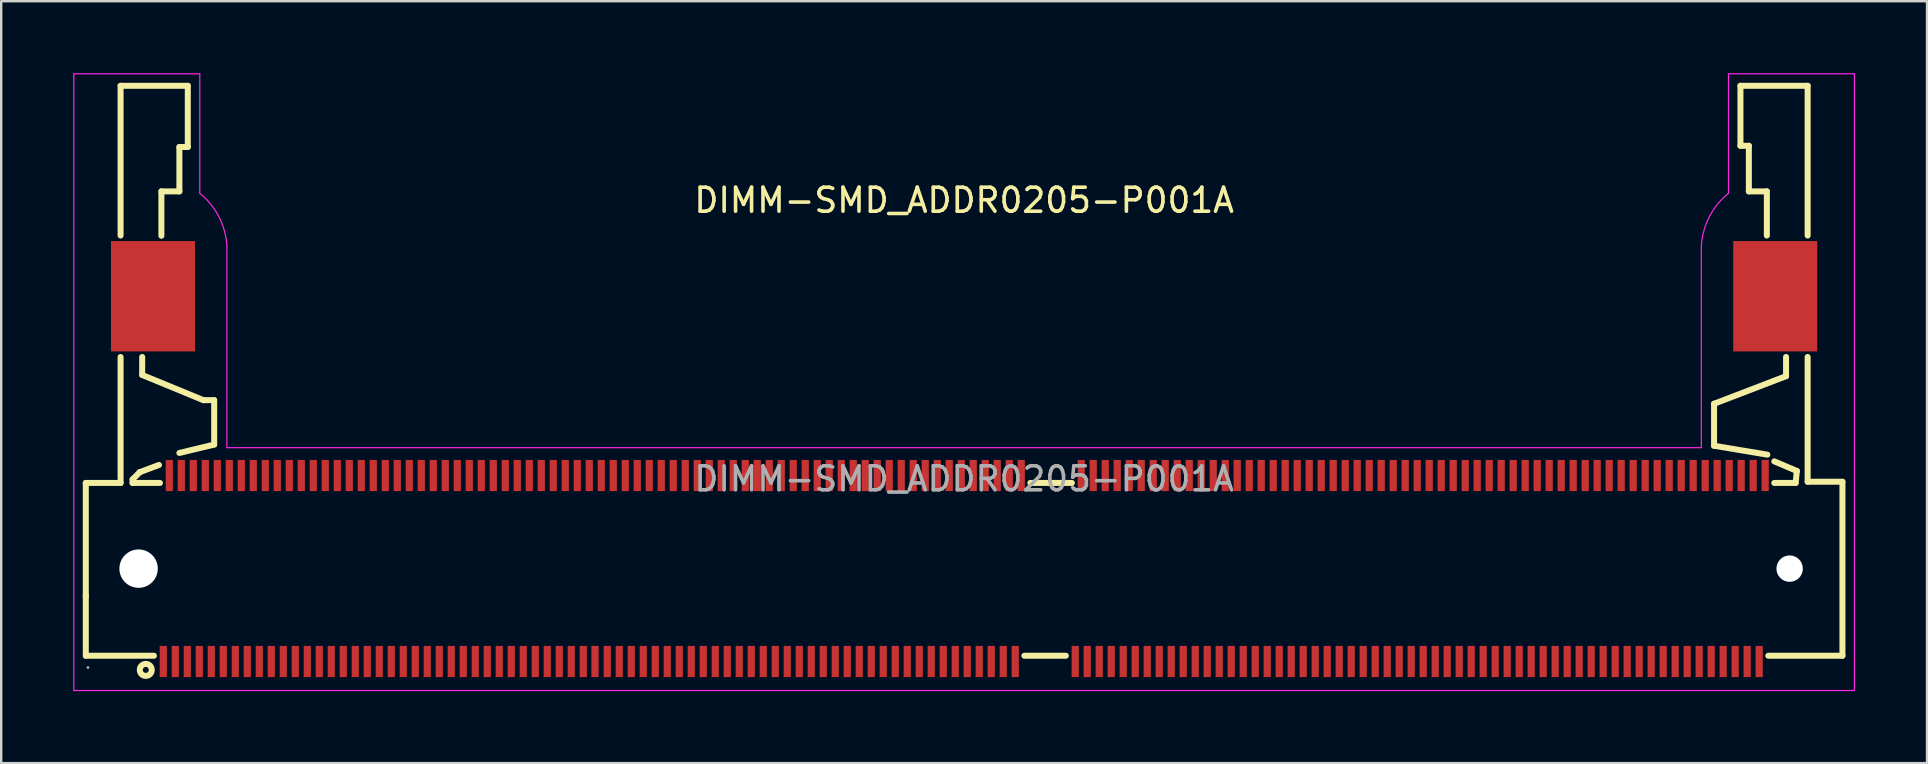
<source format=kicad_pcb>
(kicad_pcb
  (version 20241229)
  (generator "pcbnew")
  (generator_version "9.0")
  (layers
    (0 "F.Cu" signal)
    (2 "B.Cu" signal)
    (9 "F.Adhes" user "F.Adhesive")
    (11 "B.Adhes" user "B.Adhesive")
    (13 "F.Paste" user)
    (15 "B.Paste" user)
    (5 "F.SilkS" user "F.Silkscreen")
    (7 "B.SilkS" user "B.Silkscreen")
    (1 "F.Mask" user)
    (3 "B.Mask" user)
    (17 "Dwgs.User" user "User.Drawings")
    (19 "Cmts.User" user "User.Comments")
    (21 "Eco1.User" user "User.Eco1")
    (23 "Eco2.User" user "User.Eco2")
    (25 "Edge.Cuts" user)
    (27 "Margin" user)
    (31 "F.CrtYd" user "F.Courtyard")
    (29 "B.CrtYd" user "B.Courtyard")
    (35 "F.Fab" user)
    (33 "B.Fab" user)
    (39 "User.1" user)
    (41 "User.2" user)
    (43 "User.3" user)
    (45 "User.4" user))
  (footprint "DIMM-SMD_ADDR0205-P001A"
    (layer "F.Cu")
    (at 37.125 16.905)
    (property "Reference" "DIMM-SMD_ADDR0205-P001A" (at 0 -11.61 0) (layer "F.SilkS") (effects (font (size 1 1) (thickness 0.15))))
    (attr smd)
    (fp_line (start -36.6 0.17) (end -36.6 4.92) (stroke (width 0.25) (type solid)) (layer "F.SilkS"))
    (fp_line (start -36.6 4.87) (end -36.6 7.37) (stroke (width 0.25) (type solid)) (layer "F.SilkS"))
    (fp_line (start -36.6 7.37) (end -33.76 7.37) (stroke (width 0.25) (type solid)) (layer "F.SilkS"))
    (fp_line (start -35.15 -16.38) (end -35.15 -10.14) (stroke (width 0.25) (type solid)) (layer "F.SilkS"))
    (fp_line (start -35.15 -5.08) (end -35.15 0.17) (stroke (width 0.25) (type solid)) (layer "F.SilkS"))
    (fp_line (start -35.15 0.17) (end -36.6 0.17) (stroke (width 0.25) (type solid)) (layer "F.SilkS"))
    (fp_line (start -34.65 0.02) (end -34.35 -0.28) (stroke (width 0.25) (type solid)) (layer "F.SilkS"))
    (fp_line (start -34.65 0.17) (end -34.65 0.02) (stroke (width 0.25) (type solid)) (layer "F.SilkS"))
    (fp_line (start -34.35 -0.28) (end -33.55 -0.58) (stroke (width 0.25) (type solid)) (layer "F.SilkS"))
    (fp_line (start -34.25 -4.33) (end -34.25 -5.08) (stroke (width 0.25) (type solid)) (layer "F.SilkS"))
    (fp_line (start -33.51 0.17) (end -34.65 0.17) (stroke (width 0.25) (type solid)) (layer "F.SilkS"))
    (fp_line (start -33.45 -11.98) (end -32.7 -11.98) (stroke (width 0.25) (type solid)) (layer "F.SilkS"))
    (fp_line (start -33.45 -10.13) (end -33.45 -11.98) (stroke (width 0.25) (type solid)) (layer "F.SilkS"))
    (fp_line (start -32.7 -13.83) (end -32.35 -13.83) (stroke (width 0.25) (type solid)) (layer "F.SilkS"))
    (fp_line (start -32.7 -11.98) (end -32.7 -13.83) (stroke (width 0.25) (type solid)) (layer "F.SilkS"))
    (fp_line (start -32.7 -1.08) (end -31.25 -1.43) (stroke (width 0.25) (type solid)) (layer "F.SilkS"))
    (fp_line (start -32.35 -16.38) (end -35.15 -16.38) (stroke (width 0.25) (type solid)) (layer "F.SilkS"))
    (fp_line (start -32.35 -13.83) (end -32.35 -16.38) (stroke (width 0.25) (type solid)) (layer "F.SilkS"))
    (fp_line (start -31.7 -3.28) (end -34.25 -4.33) (stroke (width 0.25) (type solid)) (layer "F.SilkS"))
    (fp_line (start -31.25 -3.28) (end -31.7 -3.28) (stroke (width 0.25) (type solid)) (layer "F.SilkS"))
    (fp_line (start -31.25 -1.43) (end -31.25 -3.28) (stroke (width 0.25) (type solid)) (layer "F.SilkS"))
    (fp_line (start 2.51 7.37) (end 4.24 7.37) (stroke (width 0.25) (type solid)) (layer "F.SilkS"))
    (fp_line (start 4.49 0.17) (end 2.76 0.17) (stroke (width 0.25) (type solid)) (layer "F.SilkS"))
    (fp_line (start 31.25 -3.13) (end 31.25 -1.38) (stroke (width 0.25) (type solid)) (layer "F.SilkS"))
    (fp_line (start 31.25 -1.38) (end 33.47 -1.01) (stroke (width 0.25) (type solid)) (layer "F.SilkS"))
    (fp_line (start 32.35 -16.38) (end 32.35 -13.88) (stroke (width 0.25) (type solid)) (layer "F.SilkS"))
    (fp_line (start 32.35 -13.88) (end 32.7 -13.88) (stroke (width 0.25) (type solid)) (layer "F.SilkS"))
    (fp_line (start 32.7 -13.88) (end 32.7 -11.98) (stroke (width 0.25) (type solid)) (layer "F.SilkS"))
    (fp_line (start 32.7 -11.98) (end 33.45 -11.98) (stroke (width 0.25) (type solid)) (layer "F.SilkS"))
    (fp_line (start 33.45 -11.98) (end 33.45 -10.14) (stroke (width 0.25) (type solid)) (layer "F.SilkS"))
    (fp_line (start 33.51 7.37) (end 36.6 7.37) (stroke (width 0.25) (type solid)) (layer "F.SilkS"))
    (fp_line (start 33.76 -0.73) (end 34.7 -0.33) (stroke (width 0.25) (type solid)) (layer "F.SilkS"))
    (fp_line (start 34.25 -5.08) (end 34.25 -4.28) (stroke (width 0.25) (type solid)) (layer "F.SilkS"))
    (fp_line (start 34.25 -4.28) (end 31.25 -3.13) (stroke (width 0.25) (type solid)) (layer "F.SilkS"))
    (fp_line (start 34.65 0.17) (end 33.76 0.17) (stroke (width 0.25) (type solid)) (layer "F.SilkS"))
    (fp_line (start 34.7 -0.33) (end 34.65 0.17) (stroke (width 0.25) (type solid)) (layer "F.SilkS"))
    (fp_line (start 35.15 -16.38) (end 32.35 -16.38) (stroke (width 0.25) (type solid)) (layer "F.SilkS"))
    (fp_line (start 35.15 -10.14) (end 35.15 -16.38) (stroke (width 0.25) (type solid)) (layer "F.SilkS"))
    (fp_line (start 35.15 0.12) (end 35.15 -5.08) (stroke (width 0.25) (type solid)) (layer "F.SilkS"))
    (fp_line (start 36.6 0.12) (end 35.15 0.12) (stroke (width 0.25) (type solid)) (layer "F.SilkS"))
    (fp_line (start 36.6 7.37) (end 36.6 0.12) (stroke (width 0.25) (type solid)) (layer "F.SilkS"))
    (fp_circle (center -34.1 7.96) (end -33.85 7.96) (stroke (width 0.25) (type solid)) (fill no) (layer "F.SilkS"))
    (fp_circle (center -34.4 3.74) (end -34.1 3.74) (stroke (width 0.6) (type solid)) (fill no) (layer "Cmts.User"))
    (fp_circle (center 34.4 3.74) (end 34.6 3.74) (stroke (width 0.4) (type solid)) (fill no) (layer "Cmts.User"))
    (fp_line (start -37.1 -16.88) (end -37.1 8.82) (stroke (width 0.05) (type default)) (layer "F.CrtYd"))
    (fp_line (start -37.1 -16.88) (end -31.85 -16.88) (stroke (width 0.05) (type default)) (layer "F.CrtYd"))
    (fp_line (start -31.85 -11.9) (end -31.85 -16.88) (stroke (width 0.05) (type default)) (layer "F.CrtYd"))
    (fp_line (start -30.72 -1.3) (end -30.72 -9.7) (stroke (width 0.05) (type default)) (layer "F.CrtYd"))
    (fp_line (start -30.72 -1.3) (end 30.72 -1.3) (stroke (width 0.05) (type default)) (layer "F.CrtYd"))
    (fp_line (start 30.72 -1.3) (end 30.72 -9.7) (stroke (width 0.05) (type default)) (layer "F.CrtYd"))
    (fp_line (start 31.85 -16.88) (end 37.1 -16.88) (stroke (width 0.05) (type default)) (layer "F.CrtYd"))
    (fp_line (start 31.85 -11.9) (end 31.85 -16.88) (stroke (width 0.05) (type default)) (layer "F.CrtYd"))
    (fp_line (start 37.1 -16.88) (end 37.1 8.82) (stroke (width 0.05) (type default)) (layer "F.CrtYd"))
    (fp_line (start 37.1 8.82) (end -37.1 8.82) (stroke (width 0.05) (type default)) (layer "F.CrtYd"))
    (fp_arc (start -31.85 -11.9) (mid -31.052282 -10.919533) (end -30.72 -9.7) (stroke (width 0.05) (type default)) (layer "F.CrtYd"))
    (fp_arc (start 30.72 -9.7) (mid 31.052282 -10.919532) (end 31.85 -11.9) (stroke (width 0.05) (type default)) (layer "F.CrtYd"))
    (fp_circle (center -36.51 7.86) (end -36.48 7.86) (stroke (width 0.06) (type solid)) (fill no) (layer "F.Fab"))
    (fp_text user "${REFERENCE}" (at 0 0 0) (layer "F.Fab") (effects (font (size 1 1) (thickness 0.15))))
    (pad "" np_thru_hole circle (at -34.4 3.74) (size 1.6 1.6) (drill 1.6) (layers "*.Cu" "*.Mask"))
    (pad "" np_thru_hole circle (at 34.4 3.74) (size 1.1 1.1) (drill 1.1) (layers "*.Cu" "*.Mask"))
    (pad "1" smd rect (at -33.37 7.61) (size 0.3 1.3) (layers "F.Cu" "F.Mask" "F.Paste"))
    (pad "2" smd rect (at -33.12 -0.14) (size 0.3 1.3) (layers "F.Cu" "F.Mask" "F.Paste"))
    (pad "3" smd rect (at -32.87 7.61) (size 0.3 1.3) (layers "F.Cu" "F.Mask" "F.Paste"))
    (pad "4" smd rect (at -32.62 -0.14) (size 0.3 1.3) (layers "F.Cu" "F.Mask" "F.Paste"))
    (pad "5" smd rect (at -32.37 7.61) (size 0.3 1.3) (layers "F.Cu" "F.Mask" "F.Paste"))
    (pad "6" smd rect (at -32.12 -0.14) (size 0.3 1.3) (layers "F.Cu" "F.Mask" "F.Paste"))
    (pad "7" smd rect (at -31.87 7.61) (size 0.3 1.3) (layers "F.Cu" "F.Mask" "F.Paste"))
    (pad "8" smd rect (at -31.62 -0.14) (size 0.3 1.3) (layers "F.Cu" "F.Mask" "F.Paste"))
    (pad "9" smd rect (at -31.37 7.61) (size 0.3 1.3) (layers "F.Cu" "F.Mask" "F.Paste"))
    (pad "10" smd rect (at -31.12 -0.14) (size 0.3 1.3) (layers "F.Cu" "F.Mask" "F.Paste"))
    (pad "11" smd rect (at -30.87 7.61) (size 0.3 1.3) (layers "F.Cu" "F.Mask" "F.Paste"))
    (pad "12" smd rect (at -30.62 -0.14) (size 0.3 1.3) (layers "F.Cu" "F.Mask" "F.Paste"))
    (pad "13" smd rect (at -30.37 7.61) (size 0.3 1.3) (layers "F.Cu" "F.Mask" "F.Paste"))
    (pad "14" smd rect (at -30.12 -0.14) (size 0.3 1.3) (layers "F.Cu" "F.Mask" "F.Paste"))
    (pad "15" smd rect (at -29.87 7.61) (size 0.3 1.3) (layers "F.Cu" "F.Mask" "F.Paste"))
    (pad "16" smd rect (at -29.62 -0.14) (size 0.3 1.3) (layers "F.Cu" "F.Mask" "F.Paste"))
    (pad "17" smd rect (at -29.37 7.61) (size 0.3 1.3) (layers "F.Cu" "F.Mask" "F.Paste"))
    (pad "18" smd rect (at -29.12 -0.14) (size 0.3 1.3) (layers "F.Cu" "F.Mask" "F.Paste"))
    (pad "19" smd rect (at -28.87 7.61) (size 0.3 1.3) (layers "F.Cu" "F.Mask" "F.Paste"))
    (pad "20" smd rect (at -28.62 -0.14) (size 0.3 1.3) (layers "F.Cu" "F.Mask" "F.Paste"))
    (pad "21" smd rect (at -28.37 7.61) (size 0.3 1.3) (layers "F.Cu" "F.Mask" "F.Paste"))
    (pad "22" smd rect (at -28.12 -0.14) (size 0.3 1.3) (layers "F.Cu" "F.Mask" "F.Paste"))
    (pad "23" smd rect (at -27.87 7.61) (size 0.3 1.3) (layers "F.Cu" "F.Mask" "F.Paste"))
    (pad "24" smd rect (at -27.62 -0.14) (size 0.3 1.3) (layers "F.Cu" "F.Mask" "F.Paste"))
    (pad "25" smd rect (at -27.37 7.61) (size 0.3 1.3) (layers "F.Cu" "F.Mask" "F.Paste"))
    (pad "26" smd rect (at -27.12 -0.14) (size 0.3 1.3) (layers "F.Cu" "F.Mask" "F.Paste"))
    (pad "27" smd rect (at -26.87 7.61) (size 0.3 1.3) (layers "F.Cu" "F.Mask" "F.Paste"))
    (pad "28" smd rect (at -26.62 -0.14) (size 0.3 1.3) (layers "F.Cu" "F.Mask" "F.Paste"))
    (pad "29" smd rect (at -26.37 7.61) (size 0.3 1.3) (layers "F.Cu" "F.Mask" "F.Paste"))
    (pad "30" smd rect (at -26.12 -0.14) (size 0.3 1.3) (layers "F.Cu" "F.Mask" "F.Paste"))
    (pad "31" smd rect (at -25.87 7.61) (size 0.3 1.3) (layers "F.Cu" "F.Mask" "F.Paste"))
    (pad "32" smd rect (at -25.62 -0.14) (size 0.3 1.3) (layers "F.Cu" "F.Mask" "F.Paste"))
    (pad "33" smd rect (at -25.37 7.61) (size 0.3 1.3) (layers "F.Cu" "F.Mask" "F.Paste"))
    (pad "34" smd rect (at -25.12 -0.14) (size 0.3 1.3) (layers "F.Cu" "F.Mask" "F.Paste"))
    (pad "35" smd rect (at -24.87 7.61) (size 0.3 1.3) (layers "F.Cu" "F.Mask" "F.Paste"))
    (pad "36" smd rect (at -24.62 -0.14) (size 0.3 1.3) (layers "F.Cu" "F.Mask" "F.Paste"))
    (pad "37" smd rect (at -24.37 7.61) (size 0.3 1.3) (layers "F.Cu" "F.Mask" "F.Paste"))
    (pad "38" smd rect (at -24.12 -0.14) (size 0.3 1.3) (layers "F.Cu" "F.Mask" "F.Paste"))
    (pad "39" smd rect (at -23.87 7.61) (size 0.3 1.3) (layers "F.Cu" "F.Mask" "F.Paste"))
    (pad "40" smd rect (at -23.62 -0.14) (size 0.3 1.3) (layers "F.Cu" "F.Mask" "F.Paste"))
    (pad "41" smd rect (at -23.37 7.61) (size 0.3 1.3) (layers "F.Cu" "F.Mask" "F.Paste"))
    (pad "42" smd rect (at -23.12 -0.14) (size 0.3 1.3) (layers "F.Cu" "F.Mask" "F.Paste"))
    (pad "43" smd rect (at -22.87 7.61) (size 0.3 1.3) (layers "F.Cu" "F.Mask" "F.Paste"))
    (pad "44" smd rect (at -22.62 -0.14) (size 0.3 1.3) (layers "F.Cu" "F.Mask" "F.Paste"))
    (pad "45" smd rect (at -22.37 7.61) (size 0.3 1.3) (layers "F.Cu" "F.Mask" "F.Paste"))
    (pad "46" smd rect (at -22.12 -0.14) (size 0.3 1.3) (layers "F.Cu" "F.Mask" "F.Paste"))
    (pad "47" smd rect (at -21.87 7.61) (size 0.3 1.3) (layers "F.Cu" "F.Mask" "F.Paste"))
    (pad "48" smd rect (at -21.62 -0.14) (size 0.3 1.3) (layers "F.Cu" "F.Mask" "F.Paste"))
    (pad "49" smd rect (at -21.37 7.61) (size 0.3 1.3) (layers "F.Cu" "F.Mask" "F.Paste"))
    (pad "50" smd rect (at -21.12 -0.14) (size 0.3 1.3) (layers "F.Cu" "F.Mask" "F.Paste"))
    (pad "51" smd rect (at -20.87 7.61) (size 0.3 1.3) (layers "F.Cu" "F.Mask" "F.Paste"))
    (pad "52" smd rect (at -20.62 -0.14) (size 0.3 1.3) (layers "F.Cu" "F.Mask" "F.Paste"))
    (pad "53" smd rect (at -20.37 7.61) (size 0.3 1.3) (layers "F.Cu" "F.Mask" "F.Paste"))
    (pad "54" smd rect (at -20.12 -0.14) (size 0.3 1.3) (layers "F.Cu" "F.Mask" "F.Paste"))
    (pad "55" smd rect (at -19.87 7.61) (size 0.3 1.3) (layers "F.Cu" "F.Mask" "F.Paste"))
    (pad "56" smd rect (at -19.62 -0.14) (size 0.3 1.3) (layers "F.Cu" "F.Mask" "F.Paste"))
    (pad "57" smd rect (at -19.37 7.61) (size 0.3 1.3) (layers "F.Cu" "F.Mask" "F.Paste"))
    (pad "58" smd rect (at -19.12 -0.14) (size 0.3 1.3) (layers "F.Cu" "F.Mask" "F.Paste"))
    (pad "59" smd rect (at -18.87 7.61) (size 0.3 1.3) (layers "F.Cu" "F.Mask" "F.Paste"))
    (pad "60" smd rect (at -18.62 -0.14) (size 0.3 1.3) (layers "F.Cu" "F.Mask" "F.Paste"))
    (pad "61" smd rect (at -18.37 7.61) (size 0.3 1.3) (layers "F.Cu" "F.Mask" "F.Paste"))
    (pad "62" smd rect (at -18.12 -0.14) (size 0.3 1.3) (layers "F.Cu" "F.Mask" "F.Paste"))
    (pad "63" smd rect (at -17.87 7.61) (size 0.3 1.3) (layers "F.Cu" "F.Mask" "F.Paste"))
    (pad "64" smd rect (at -17.62 -0.14) (size 0.3 1.3) (layers "F.Cu" "F.Mask" "F.Paste"))
    (pad "65" smd rect (at -17.37 7.61) (size 0.3 1.3) (layers "F.Cu" "F.Mask" "F.Paste"))
    (pad "66" smd rect (at -17.12 -0.14) (size 0.3 1.3) (layers "F.Cu" "F.Mask" "F.Paste"))
    (pad "67" smd rect (at -16.87 7.61) (size 0.3 1.3) (layers "F.Cu" "F.Mask" "F.Paste"))
    (pad "68" smd rect (at -16.62 -0.14) (size 0.3 1.3) (layers "F.Cu" "F.Mask" "F.Paste"))
    (pad "69" smd rect (at -16.37 7.61) (size 0.3 1.3) (layers "F.Cu" "F.Mask" "F.Paste"))
    (pad "70" smd rect (at -16.12 -0.14) (size 0.3 1.3) (layers "F.Cu" "F.Mask" "F.Paste"))
    (pad "71" smd rect (at -15.87 7.61) (size 0.3 1.3) (layers "F.Cu" "F.Mask" "F.Paste"))
    (pad "72" smd rect (at -15.62 -0.14) (size 0.3 1.3) (layers "F.Cu" "F.Mask" "F.Paste"))
    (pad "73" smd rect (at -15.38 7.61) (size 0.3 1.3) (layers "F.Cu" "F.Mask" "F.Paste"))
    (pad "74" smd rect (at -15.12 -0.14) (size 0.3 1.3) (layers "F.Cu" "F.Mask" "F.Paste"))
    (pad "75" smd rect (at -14.87 7.61) (size 0.3 1.3) (layers "F.Cu" "F.Mask" "F.Paste"))
    (pad "76" smd rect (at -14.62 -0.14) (size 0.3 1.3) (layers "F.Cu" "F.Mask" "F.Paste"))
    (pad "77" smd rect (at -14.37 7.61) (size 0.3 1.3) (layers "F.Cu" "F.Mask" "F.Paste"))
    (pad "78" smd rect (at -14.12 -0.14) (size 0.3 1.3) (layers "F.Cu" "F.Mask" "F.Paste"))
    (pad "79" smd rect (at -13.87 7.61) (size 0.3 1.3) (layers "F.Cu" "F.Mask" "F.Paste"))
    (pad "80" smd rect (at -13.62 -0.14) (size 0.3 1.3) (layers "F.Cu" "F.Mask" "F.Paste"))
    (pad "81" smd rect (at -13.37 7.61) (size 0.3 1.3) (layers "F.Cu" "F.Mask" "F.Paste"))
    (pad "82" smd rect (at -13.12 -0.14) (size 0.3 1.3) (layers "F.Cu" "F.Mask" "F.Paste"))
    (pad "83" smd rect (at -12.87 7.61) (size 0.3 1.3) (layers "F.Cu" "F.Mask" "F.Paste"))
    (pad "84" smd rect (at -12.62 -0.14) (size 0.3 1.3) (layers "F.Cu" "F.Mask" "F.Paste"))
    (pad "85" smd rect (at -12.37 7.61) (size 0.3 1.3) (layers "F.Cu" "F.Mask" "F.Paste"))
    (pad "86" smd rect (at -12.12 -0.14) (size 0.3 1.3) (layers "F.Cu" "F.Mask" "F.Paste"))
    (pad "87" smd rect (at -11.87 7.61) (size 0.3 1.3) (layers "F.Cu" "F.Mask" "F.Paste"))
    (pad "88" smd rect (at -11.62 -0.14) (size 0.3 1.3) (layers "F.Cu" "F.Mask" "F.Paste"))
    (pad "89" smd rect (at -11.37 7.61) (size 0.3 1.3) (layers "F.Cu" "F.Mask" "F.Paste"))
    (pad "90" smd rect (at -11.12 -0.14) (size 0.3 1.3) (layers "F.Cu" "F.Mask" "F.Paste"))
    (pad "91" smd rect (at -10.87 7.61) (size 0.3 1.3) (layers "F.Cu" "F.Mask" "F.Paste"))
    (pad "92" smd rect (at -10.62 -0.14) (size 0.3 1.3) (layers "F.Cu" "F.Mask" "F.Paste"))
    (pad "93" smd rect (at -10.37 7.61) (size 0.3 1.3) (layers "F.Cu" "F.Mask" "F.Paste"))
    (pad "94" smd rect (at -10.12 -0.14) (size 0.3 1.3) (layers "F.Cu" "F.Mask" "F.Paste"))
    (pad "95" smd rect (at -9.87 7.61) (size 0.3 1.3) (layers "F.Cu" "F.Mask" "F.Paste"))
    (pad "96" smd rect (at -9.62 -0.14) (size 0.3 1.3) (layers "F.Cu" "F.Mask" "F.Paste"))
    (pad "97" smd rect (at -9.37 7.61) (size 0.3 1.3) (layers "F.Cu" "F.Mask" "F.Paste"))
    (pad "98" smd rect (at -9.12 -0.14) (size 0.3 1.3) (layers "F.Cu" "F.Mask" "F.Paste"))
    (pad "99" smd rect (at -8.87 7.61) (size 0.3 1.3) (layers "F.Cu" "F.Mask" "F.Paste"))
    (pad "100" smd rect (at -8.62 -0.14) (size 0.3 1.3) (layers "F.Cu" "F.Mask" "F.Paste"))
    (pad "101" smd rect (at -8.37 7.61) (size 0.3 1.3) (layers "F.Cu" "F.Mask" "F.Paste"))
    (pad "102" smd rect (at -8.12 -0.14) (size 0.3 1.3) (layers "F.Cu" "F.Mask" "F.Paste"))
    (pad "103" smd rect (at -7.87 7.61) (size 0.3 1.3) (layers "F.Cu" "F.Mask" "F.Paste"))
    (pad "104" smd rect (at -7.62 -0.14) (size 0.3 1.3) (layers "F.Cu" "F.Mask" "F.Paste"))
    (pad "105" smd rect (at -7.37 7.61) (size 0.3 1.3) (layers "F.Cu" "F.Mask" "F.Paste"))
    (pad "106" smd rect (at -7.12 -0.14) (size 0.3 1.3) (layers "F.Cu" "F.Mask" "F.Paste"))
    (pad "107" smd rect (at -6.87 7.61) (size 0.3 1.3) (layers "F.Cu" "F.Mask" "F.Paste"))
    (pad "108" smd rect (at -6.62 -0.14) (size 0.3 1.3) (layers "F.Cu" "F.Mask" "F.Paste"))
    (pad "109" smd rect (at -6.37 7.61) (size 0.3 1.3) (layers "F.Cu" "F.Mask" "F.Paste"))
    (pad "110" smd rect (at -6.12 -0.14) (size 0.3 1.3) (layers "F.Cu" "F.Mask" "F.Paste"))
    (pad "111" smd rect (at -5.87 7.61) (size 0.3 1.3) (layers "F.Cu" "F.Mask" "F.Paste"))
    (pad "112" smd rect (at -5.62 -0.14) (size 0.3 1.3) (layers "F.Cu" "F.Mask" "F.Paste"))
    (pad "113" smd rect (at -5.37 7.61) (size 0.3 1.3) (layers "F.Cu" "F.Mask" "F.Paste"))
    (pad "114" smd rect (at -5.12 -0.14) (size 0.3 1.3) (layers "F.Cu" "F.Mask" "F.Paste"))
    (pad "115" smd rect (at -4.87 7.61) (size 0.3 1.3) (layers "F.Cu" "F.Mask" "F.Paste"))
    (pad "116" smd rect (at -4.62 -0.14) (size 0.3 1.3) (layers "F.Cu" "F.Mask" "F.Paste"))
    (pad "117" smd rect (at -4.37 7.61) (size 0.3 1.3) (layers "F.Cu" "F.Mask" "F.Paste"))
    (pad "118" smd rect (at -4.12 -0.14) (size 0.3 1.3) (layers "F.Cu" "F.Mask" "F.Paste"))
    (pad "119" smd rect (at -3.87 7.61) (size 0.3 1.3) (layers "F.Cu" "F.Mask" "F.Paste"))
    (pad "120" smd rect (at -3.62 -0.14) (size 0.3 1.3) (layers "F.Cu" "F.Mask" "F.Paste"))
    (pad "121" smd rect (at -3.37 7.61) (size 0.3 1.3) (layers "F.Cu" "F.Mask" "F.Paste"))
    (pad "122" smd rect (at -3.12 -0.14) (size 0.3 1.3) (layers "F.Cu" "F.Mask" "F.Paste"))
    (pad "123" smd rect (at -2.87 7.61) (size 0.3 1.3) (layers "F.Cu" "F.Mask" "F.Paste"))
    (pad "124" smd rect (at -2.62 -0.14) (size 0.3 1.3) (layers "F.Cu" "F.Mask" "F.Paste"))
    (pad "125" smd rect (at -2.37 7.61) (size 0.3 1.3) (layers "F.Cu" "F.Mask" "F.Paste"))
    (pad "126" smd rect (at -2.12 -0.14) (size 0.3 1.3) (layers "F.Cu" "F.Mask" "F.Paste"))
    (pad "127" smd rect (at -1.87 7.61) (size 0.3 1.3) (layers "F.Cu" "F.Mask" "F.Paste"))
    (pad "128" smd rect (at -1.62 -0.14) (size 0.3 1.3) (layers "F.Cu" "F.Mask" "F.Paste"))
    (pad "129" smd rect (at -1.37 7.61) (size 0.3 1.3) (layers "F.Cu" "F.Mask" "F.Paste"))
    (pad "130" smd rect (at -1.12 -0.14) (size 0.3 1.3) (layers "F.Cu" "F.Mask" "F.Paste"))
    (pad "131" smd rect (at -0.87 7.61) (size 0.3 1.3) (layers "F.Cu" "F.Mask" "F.Paste"))
    (pad "132" smd rect (at -0.62 -0.14) (size 0.3 1.3) (layers "F.Cu" "F.Mask" "F.Paste"))
    (pad "133" smd rect (at -0.37 7.61) (size 0.3 1.3) (layers "F.Cu" "F.Mask" "F.Paste"))
    (pad "134" smd rect (at -0.12 -0.14) (size 0.3 1.3) (layers "F.Cu" "F.Mask" "F.Paste"))
    (pad "135" smd rect (at 0.13 7.61) (size 0.3 1.3) (layers "F.Cu" "F.Mask" "F.Paste"))
    (pad "136" smd rect (at 0.38 -0.14) (size 0.3 1.3) (layers "F.Cu" "F.Mask" "F.Paste"))
    (pad "137" smd rect (at 0.63 7.61) (size 0.3 1.3) (layers "F.Cu" "F.Mask" "F.Paste"))
    (pad "138" smd rect (at 0.88 -0.14) (size 0.3 1.3) (layers "F.Cu" "F.Mask" "F.Paste"))
    (pad "139" smd rect (at 1.13 7.61) (size 0.3 1.3) (layers "F.Cu" "F.Mask" "F.Paste"))
    (pad "140" smd rect (at 1.38 -0.14) (size 0.3 1.3) (layers "F.Cu" "F.Mask" "F.Paste"))
    (pad "141" smd rect (at 1.63 7.61) (size 0.3 1.3) (layers "F.Cu" "F.Mask" "F.Paste"))
    (pad "142" smd rect (at 1.88 -0.14) (size 0.3 1.3) (layers "F.Cu" "F.Mask" "F.Paste"))
    (pad "143" smd rect (at 2.13 7.61) (size 0.3 1.3) (layers "F.Cu" "F.Mask" "F.Paste"))
    (pad "144" smd rect (at 2.38 -0.14) (size 0.3 1.3) (layers "F.Cu" "F.Mask" "F.Paste"))
    (pad "145" smd rect (at 4.63 7.61) (size 0.3 1.3) (layers "F.Cu" "F.Mask" "F.Paste"))
    (pad "146" smd rect (at 4.88 -0.14) (size 0.3 1.3) (layers "F.Cu" "F.Mask" "F.Paste"))
    (pad "147" smd rect (at 5.13 7.61) (size 0.3 1.3) (layers "F.Cu" "F.Mask" "F.Paste"))
    (pad "148" smd rect (at 5.38 -0.14) (size 0.3 1.3) (layers "F.Cu" "F.Mask" "F.Paste"))
    (pad "149" smd rect (at 5.63 7.61) (size 0.3 1.3) (layers "F.Cu" "F.Mask" "F.Paste"))
    (pad "150" smd rect (at 5.88 -0.14) (size 0.3 1.3) (layers "F.Cu" "F.Mask" "F.Paste"))
    (pad "151" smd rect (at 6.13 7.61) (size 0.3 1.3) (layers "F.Cu" "F.Mask" "F.Paste"))
    (pad "152" smd rect (at 6.38 -0.14) (size 0.3 1.3) (layers "F.Cu" "F.Mask" "F.Paste"))
    (pad "153" smd rect (at 6.63 7.61) (size 0.3 1.3) (layers "F.Cu" "F.Mask" "F.Paste"))
    (pad "154" smd rect (at 6.88 -0.14) (size 0.3 1.3) (layers "F.Cu" "F.Mask" "F.Paste"))
    (pad "155" smd rect (at 7.13 7.61) (size 0.3 1.3) (layers "F.Cu" "F.Mask" "F.Paste"))
    (pad "156" smd rect (at 7.38 -0.14) (size 0.3 1.3) (layers "F.Cu" "F.Mask" "F.Paste"))
    (pad "157" smd rect (at 7.63 7.61) (size 0.3 1.3) (layers "F.Cu" "F.Mask" "F.Paste"))
    (pad "158" smd rect (at 7.88 -0.14) (size 0.3 1.3) (layers "F.Cu" "F.Mask" "F.Paste"))
    (pad "159" smd rect (at 8.13 7.61) (size 0.3 1.3) (layers "F.Cu" "F.Mask" "F.Paste"))
    (pad "160" smd rect (at 8.38 -0.14) (size 0.3 1.3) (layers "F.Cu" "F.Mask" "F.Paste"))
    (pad "161" smd rect (at 8.63 7.61) (size 0.3 1.3) (layers "F.Cu" "F.Mask" "F.Paste"))
    (pad "162" smd rect (at 8.88 -0.14) (size 0.3 1.3) (layers "F.Cu" "F.Mask" "F.Paste"))
    (pad "163" smd rect (at 9.13 7.61) (size 0.3 1.3) (layers "F.Cu" "F.Mask" "F.Paste"))
    (pad "164" smd rect (at 9.38 -0.14) (size 0.3 1.3) (layers "F.Cu" "F.Mask" "F.Paste"))
    (pad "165" smd rect (at 9.63 7.61) (size 0.3 1.3) (layers "F.Cu" "F.Mask" "F.Paste"))
    (pad "166" smd rect (at 9.88 -0.14) (size 0.3 1.3) (layers "F.Cu" "F.Mask" "F.Paste"))
    (pad "167" smd rect (at 10.13 7.61) (size 0.3 1.3) (layers "F.Cu" "F.Mask" "F.Paste"))
    (pad "168" smd rect (at 10.38 -0.14) (size 0.3 1.3) (layers "F.Cu" "F.Mask" "F.Paste"))
    (pad "169" smd rect (at 10.63 7.61) (size 0.3 1.3) (layers "F.Cu" "F.Mask" "F.Paste"))
    (pad "170" smd rect (at 10.88 -0.14) (size 0.3 1.3) (layers "F.Cu" "F.Mask" "F.Paste"))
    (pad "171" smd rect (at 11.13 7.61) (size 0.3 1.3) (layers "F.Cu" "F.Mask" "F.Paste"))
    (pad "172" smd rect (at 11.38 -0.14) (size 0.3 1.3) (layers "F.Cu" "F.Mask" "F.Paste"))
    (pad "173" smd rect (at 11.63 7.61) (size 0.3 1.3) (layers "F.Cu" "F.Mask" "F.Paste"))
    (pad "174" smd rect (at 11.88 -0.14) (size 0.3 1.3) (layers "F.Cu" "F.Mask" "F.Paste"))
    (pad "175" smd rect (at 12.13 7.61) (size 0.3 1.3) (layers "F.Cu" "F.Mask" "F.Paste"))
    (pad "176" smd rect (at 12.38 -0.14) (size 0.3 1.3) (layers "F.Cu" "F.Mask" "F.Paste"))
    (pad "177" smd rect (at 12.63 7.61) (size 0.3 1.3) (layers "F.Cu" "F.Mask" "F.Paste"))
    (pad "178" smd rect (at 12.88 -0.14) (size 0.3 1.3) (layers "F.Cu" "F.Mask" "F.Paste"))
    (pad "179" smd rect (at 13.13 7.61) (size 0.3 1.3) (layers "F.Cu" "F.Mask" "F.Paste"))
    (pad "180" smd rect (at 13.38 -0.14) (size 0.3 1.3) (layers "F.Cu" "F.Mask" "F.Paste"))
    (pad "181" smd rect (at 13.63 7.61) (size 0.3 1.3) (layers "F.Cu" "F.Mask" "F.Paste"))
    (pad "182" smd rect (at 13.88 -0.14) (size 0.3 1.3) (layers "F.Cu" "F.Mask" "F.Paste"))
    (pad "183" smd rect (at 14.13 7.61) (size 0.3 1.3) (layers "F.Cu" "F.Mask" "F.Paste"))
    (pad "184" smd rect (at 14.38 -0.14) (size 0.3 1.3) (layers "F.Cu" "F.Mask" "F.Paste"))
    (pad "185" smd rect (at 14.63 7.61) (size 0.3 1.3) (layers "F.Cu" "F.Mask" "F.Paste"))
    (pad "186" smd rect (at 14.88 -0.14) (size 0.3 1.3) (layers "F.Cu" "F.Mask" "F.Paste"))
    (pad "187" smd rect (at 15.13 7.61) (size 0.3 1.3) (layers "F.Cu" "F.Mask" "F.Paste"))
    (pad "188" smd rect (at 15.38 -0.14) (size 0.3 1.3) (layers "F.Cu" "F.Mask" "F.Paste"))
    (pad "189" smd rect (at 15.63 7.61) (size 0.3 1.3) (layers "F.Cu" "F.Mask" "F.Paste"))
    (pad "190" smd rect (at 15.88 -0.14) (size 0.3 1.3) (layers "F.Cu" "F.Mask" "F.Paste"))
    (pad "191" smd rect (at 16.13 7.61) (size 0.3 1.3) (layers "F.Cu" "F.Mask" "F.Paste"))
    (pad "192" smd rect (at 16.38 -0.14) (size 0.3 1.3) (layers "F.Cu" "F.Mask" "F.Paste"))
    (pad "193" smd rect (at 16.63 7.61) (size 0.3 1.3) (layers "F.Cu" "F.Mask" "F.Paste"))
    (pad "194" smd rect (at 16.88 -0.14) (size 0.3 1.3) (layers "F.Cu" "F.Mask" "F.Paste"))
    (pad "195" smd rect (at 17.13 7.61) (size 0.3 1.3) (layers "F.Cu" "F.Mask" "F.Paste"))
    (pad "196" smd rect (at 17.38 -0.14) (size 0.3 1.3) (layers "F.Cu" "F.Mask" "F.Paste"))
    (pad "197" smd rect (at 17.63 7.61) (size 0.3 1.3) (layers "F.Cu" "F.Mask" "F.Paste"))
    (pad "198" smd rect (at 17.88 -0.14) (size 0.3 1.3) (layers "F.Cu" "F.Mask" "F.Paste"))
    (pad "199" smd rect (at 18.13 7.61) (size 0.3 1.3) (layers "F.Cu" "F.Mask" "F.Paste"))
    (pad "200" smd rect (at 18.38 -0.14) (size 0.3 1.3) (layers "F.Cu" "F.Mask" "F.Paste"))
    (pad "201" smd rect (at 18.63 7.61) (size 0.3 1.3) (layers "F.Cu" "F.Mask" "F.Paste"))
    (pad "202" smd rect (at 18.88 -0.14) (size 0.3 1.3) (layers "F.Cu" "F.Mask" "F.Paste"))
    (pad "203" smd rect (at 19.13 7.61) (size 0.3 1.3) (layers "F.Cu" "F.Mask" "F.Paste"))
    (pad "204" smd rect (at 19.38 -0.14) (size 0.3 1.3) (layers "F.Cu" "F.Mask" "F.Paste"))
    (pad "205" smd rect (at 19.63 7.61) (size 0.3 1.3) (layers "F.Cu" "F.Mask" "F.Paste"))
    (pad "206" smd rect (at 19.88 -0.14) (size 0.3 1.3) (layers "F.Cu" "F.Mask" "F.Paste"))
    (pad "207" smd rect (at 20.13 7.61) (size 0.3 1.3) (layers "F.Cu" "F.Mask" "F.Paste"))
    (pad "208" smd rect (at 20.38 -0.14) (size 0.3 1.3) (layers "F.Cu" "F.Mask" "F.Paste"))
    (pad "209" smd rect (at 20.63 7.61) (size 0.3 1.3) (layers "F.Cu" "F.Mask" "F.Paste"))
    (pad "210" smd rect (at 20.88 -0.14) (size 0.3 1.3) (layers "F.Cu" "F.Mask" "F.Paste"))
    (pad "211" smd rect (at 21.13 7.61) (size 0.3 1.3) (layers "F.Cu" "F.Mask" "F.Paste"))
    (pad "212" smd rect (at 21.38 -0.14) (size 0.3 1.3) (layers "F.Cu" "F.Mask" "F.Paste"))
    (pad "213" smd rect (at 21.63 7.61) (size 0.3 1.3) (layers "F.Cu" "F.Mask" "F.Paste"))
    (pad "214" smd rect (at 21.88 -0.14) (size 0.3 1.3) (layers "F.Cu" "F.Mask" "F.Paste"))
    (pad "215" smd rect (at 22.13 7.61) (size 0.3 1.3) (layers "F.Cu" "F.Mask" "F.Paste"))
    (pad "216" smd rect (at 22.38 -0.14) (size 0.3 1.3) (layers "F.Cu" "F.Mask" "F.Paste"))
    (pad "217" smd rect (at 22.63 7.61) (size 0.3 1.3) (layers "F.Cu" "F.Mask" "F.Paste"))
    (pad "218" smd rect (at 22.88 -0.14) (size 0.3 1.3) (layers "F.Cu" "F.Mask" "F.Paste"))
    (pad "219" smd rect (at 23.13 7.61) (size 0.3 1.3) (layers "F.Cu" "F.Mask" "F.Paste"))
    (pad "220" smd rect (at 23.38 -0.14) (size 0.3 1.3) (layers "F.Cu" "F.Mask" "F.Paste"))
    (pad "221" smd rect (at 23.63 7.61) (size 0.3 1.3) (layers "F.Cu" "F.Mask" "F.Paste"))
    (pad "222" smd rect (at 23.88 -0.14) (size 0.3 1.3) (layers "F.Cu" "F.Mask" "F.Paste"))
    (pad "223" smd rect (at 24.13 7.61) (size 0.3 1.3) (layers "F.Cu" "F.Mask" "F.Paste"))
    (pad "224" smd rect (at 24.38 -0.14) (size 0.3 1.3) (layers "F.Cu" "F.Mask" "F.Paste"))
    (pad "225" smd rect (at 24.63 7.61) (size 0.3 1.3) (layers "F.Cu" "F.Mask" "F.Paste"))
    (pad "226" smd rect (at 24.88 -0.14) (size 0.3 1.3) (layers "F.Cu" "F.Mask" "F.Paste"))
    (pad "227" smd rect (at 25.13 7.61) (size 0.3 1.3) (layers "F.Cu" "F.Mask" "F.Paste"))
    (pad "228" smd rect (at 25.38 -0.14) (size 0.3 1.3) (layers "F.Cu" "F.Mask" "F.Paste"))
    (pad "229" smd rect (at 25.63 7.61) (size 0.3 1.3) (layers "F.Cu" "F.Mask" "F.Paste"))
    (pad "230" smd rect (at 25.88 -0.14) (size 0.3 1.3) (layers "F.Cu" "F.Mask" "F.Paste"))
    (pad "231" smd rect (at 26.13 7.61) (size 0.3 1.3) (layers "F.Cu" "F.Mask" "F.Paste"))
    (pad "232" smd rect (at 26.38 -0.14) (size 0.3 1.3) (layers "F.Cu" "F.Mask" "F.Paste"))
    (pad "233" smd rect (at 26.63 7.61) (size 0.3 1.3) (layers "F.Cu" "F.Mask" "F.Paste"))
    (pad "234" smd rect (at 26.88 -0.14) (size 0.3 1.3) (layers "F.Cu" "F.Mask" "F.Paste"))
    (pad "235" smd rect (at 27.13 7.61) (size 0.3 1.3) (layers "F.Cu" "F.Mask" "F.Paste"))
    (pad "236" smd rect (at 27.38 -0.14) (size 0.3 1.3) (layers "F.Cu" "F.Mask" "F.Paste"))
    (pad "237" smd rect (at 27.63 7.61) (size 0.3 1.3) (layers "F.Cu" "F.Mask" "F.Paste"))
    (pad "238" smd rect (at 27.88 -0.14) (size 0.3 1.3) (layers "F.Cu" "F.Mask" "F.Paste"))
    (pad "239" smd rect (at 28.13 7.61) (size 0.3 1.3) (layers "F.Cu" "F.Mask" "F.Paste"))
    (pad "240" smd rect (at 28.38 -0.14) (size 0.3 1.3) (layers "F.Cu" "F.Mask" "F.Paste"))
    (pad "241" smd rect (at 28.63 7.61) (size 0.3 1.3) (layers "F.Cu" "F.Mask" "F.Paste"))
    (pad "242" smd rect (at 28.88 -0.14) (size 0.3 1.3) (layers "F.Cu" "F.Mask" "F.Paste"))
    (pad "243" smd rect (at 29.13 7.61) (size 0.3 1.3) (layers "F.Cu" "F.Mask" "F.Paste"))
    (pad "244" smd rect (at 29.38 -0.14) (size 0.3 1.3) (layers "F.Cu" "F.Mask" "F.Paste"))
    (pad "245" smd rect (at 29.63 7.61) (size 0.3 1.3) (layers "F.Cu" "F.Mask" "F.Paste"))
    (pad "246" smd rect (at 29.88 -0.14) (size 0.3 1.3) (layers "F.Cu" "F.Mask" "F.Paste"))
    (pad "247" smd rect (at 30.13 7.61) (size 0.3 1.3) (layers "F.Cu" "F.Mask" "F.Paste"))
    (pad "248" smd rect (at 30.38 -0.14) (size 0.3 1.3) (layers "F.Cu" "F.Mask" "F.Paste"))
    (pad "249" smd rect (at 30.63 7.61) (size 0.3 1.3) (layers "F.Cu" "F.Mask" "F.Paste"))
    (pad "250" smd rect (at 30.88 -0.14) (size 0.3 1.3) (layers "F.Cu" "F.Mask" "F.Paste"))
    (pad "251" smd rect (at 31.13 7.61) (size 0.3 1.3) (layers "F.Cu" "F.Mask" "F.Paste"))
    (pad "252" smd rect (at 31.38 -0.14) (size 0.3 1.3) (layers "F.Cu" "F.Mask" "F.Paste"))
    (pad "253" smd rect (at 31.63 7.61) (size 0.3 1.3) (layers "F.Cu" "F.Mask" "F.Paste"))
    (pad "254" smd rect (at 31.88 -0.14) (size 0.3 1.3) (layers "F.Cu" "F.Mask" "F.Paste"))
    (pad "255" smd rect (at 32.13 7.61) (size 0.3 1.3) (layers "F.Cu" "F.Mask" "F.Paste"))
    (pad "256" smd rect (at 32.38 -0.14) (size 0.3 1.3) (layers "F.Cu" "F.Mask" "F.Paste"))
    (pad "257" smd rect (at 32.63 7.61) (size 0.3 1.3) (layers "F.Cu" "F.Mask" "F.Paste"))
    (pad "258" smd rect (at 32.88 -0.14) (size 0.3 1.3) (layers "F.Cu" "F.Mask" "F.Paste"))
    (pad "259" smd rect (at 33.13 7.61) (size 0.3 1.3) (layers "F.Cu" "F.Mask" "F.Paste"))
    (pad "260" smd rect (at 33.38 -0.14) (size 0.3 1.3) (layers "F.Cu" "F.Mask" "F.Paste"))
    (pad "261" smd rect (at -33.8 -7.61) (size 3.5 4.6) (layers "F.Cu" "F.Mask" "F.Paste"))
    (pad "262" smd rect (at 33.8 -7.61) (size 3.5 4.6) (layers "F.Cu" "F.Mask" "F.Paste")))
  (gr_rect
    (start -3 -3)
    (end 77.25 28.75)
    (stroke (width 0.1) (type default))
    (fill no)
    (layer "Edge.Cuts")))
</source>
